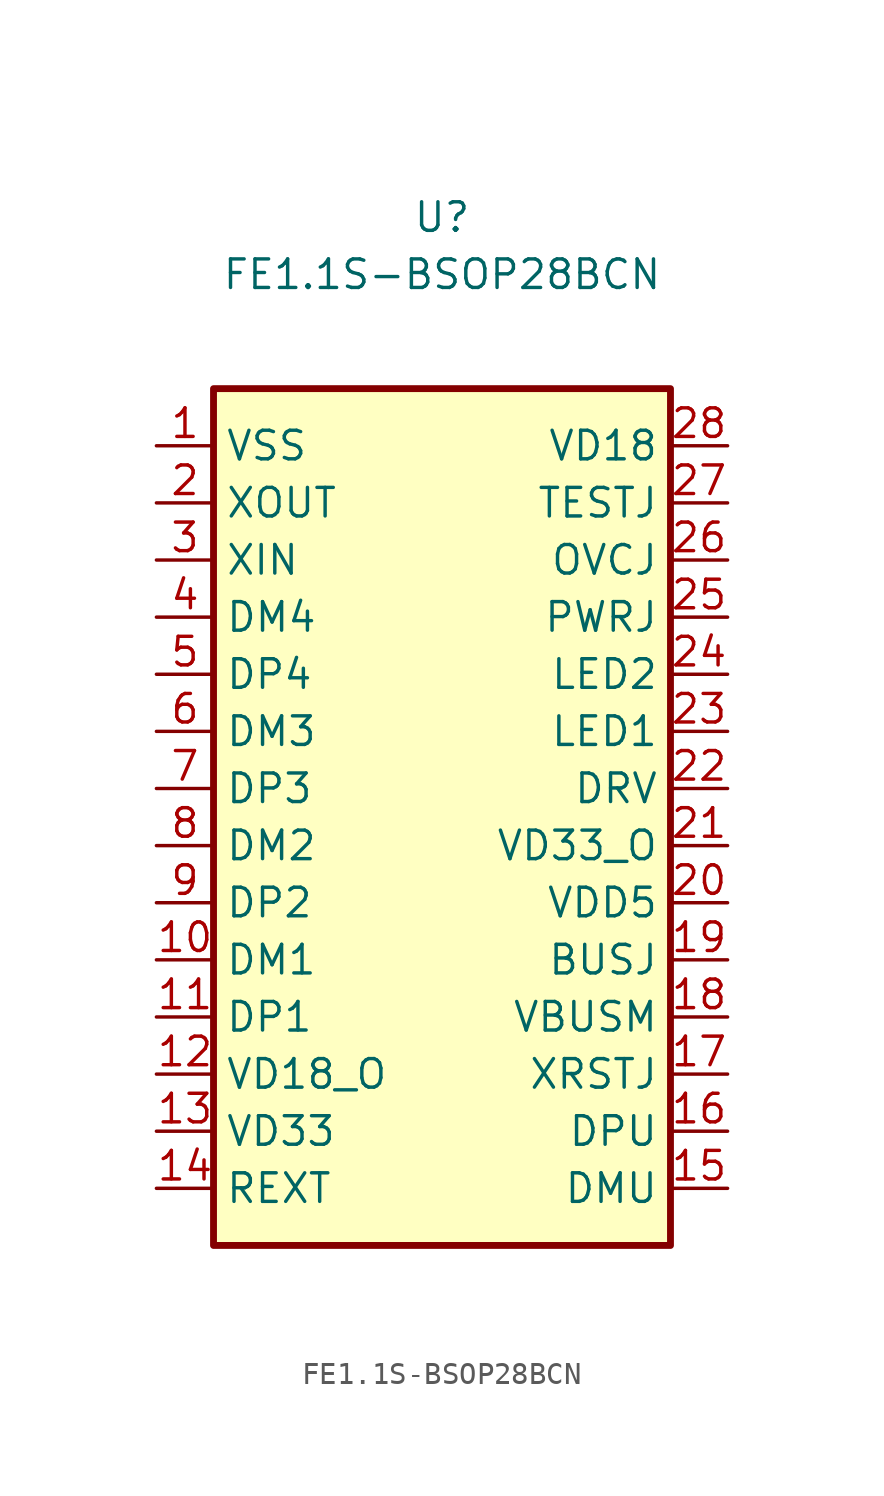
<source format=kicad_sym>
(kicad_symbol_lib
  (version 20211014)
  (generator kicad_symbol_editor)
  (symbol "FE1.1S-BSOP28BCN"
    (property "Reference" "U"
      (at 0 25.4 0)
      (effects (font (size 1.27 1.27))))
    (property "Value" "FE1.1S-BSOP28BCN"
      (at 0 22.86 0)
      (effects (font (size 1.27 1.27))))
    (symbol "FE1.1S-BSOP28BCN_0_1"
      (rectangle (start -10.16 17.78) (end 10.16 -20.32) (stroke (width 0.305) (type default) (color 0 0 0 0)) (fill (type background))))
    (symbol "FE1.1S-BSOP28BCN_1_1"
      (pin power_in line (at -12.7 15.24 0) (length 2.54) (name "VSS" (effects (font (size 1.27 1.27)))) (number "1" (effects (font (size 1.27 1.27)))))
      (pin bidirectional line (at -12.7 -7.62 0) (length 2.54) (name "DM1" (effects (font (size 1.27 1.27)))) (number "10" (effects (font (size 1.27 1.27)))))
      (pin bidirectional line (at -12.7 -10.16 0) (length 2.54) (name "DP1" (effects (font (size 1.27 1.27)))) (number "11" (effects (font (size 1.27 1.27)))))
      (pin power_out line (at -12.7 -12.7 0) (length 2.54) (name "VD18_O" (effects (font (size 1.27 1.27)))) (number "12" (effects (font (size 1.27 1.27)))))
      (pin power_in line (at -12.7 -15.24 0) (length 2.54) (name "VD33" (effects (font (size 1.27 1.27)))) (number "13" (effects (font (size 1.27 1.27)))))
      (pin input line (at -12.7 -17.78 0) (length 2.54) (name "REXT" (effects (font (size 1.27 1.27)))) (number "14" (effects (font (size 1.27 1.27)))))
      (pin bidirectional line (at 12.7 -17.78 180) (length 2.54) (name "DMU" (effects (font (size 1.27 1.27)))) (number "15" (effects (font (size 1.27 1.27)))))
      (pin bidirectional line (at 12.7 -15.24 180) (length 2.54) (name "DPU" (effects (font (size 1.27 1.27)))) (number "16" (effects (font (size 1.27 1.27)))))
      (pin input line (at 12.7 -12.7 180) (length 2.54) (name "XRSTJ" (effects (font (size 1.27 1.27)))) (number "17" (effects (font (size 1.27 1.27)))))
      (pin input line (at 12.7 -10.16 180) (length 2.54) (name "VBUSM" (effects (font (size 1.27 1.27)))) (number "18" (effects (font (size 1.27 1.27)))))
      (pin input line (at 12.7 -7.62 180) (length 2.54) (name "BUSJ" (effects (font (size 1.27 1.27)))) (number "19" (effects (font (size 1.27 1.27)))))
      (pin output line (at -12.7 12.7 0) (length 2.54) (name "XOUT" (effects (font (size 1.27 1.27)))) (number "2" (effects (font (size 1.27 1.27)))))
      (pin power_in line (at 12.7 -5.08 180) (length 2.54) (name "VDD5" (effects (font (size 1.27 1.27)))) (number "20" (effects (font (size 1.27 1.27)))))
      (pin power_out line (at 12.7 -2.54 180) (length 2.54) (name "VD33_O" (effects (font (size 1.27 1.27)))) (number "21" (effects (font (size 1.27 1.27)))))
      (pin bidirectional line (at 12.7 0 180) (length 2.54) (name "DRV" (effects (font (size 1.27 1.27)))) (number "22" (effects (font (size 1.27 1.27)))))
      (pin bidirectional line (at 12.7 2.54 180) (length 2.54) (name "LED1" (effects (font (size 1.27 1.27)))) (number "23" (effects (font (size 1.27 1.27)))))
      (pin bidirectional line (at 12.7 5.08 180) (length 2.54) (name "LED2" (effects (font (size 1.27 1.27)))) (number "24" (effects (font (size 1.27 1.27)))))
      (pin output line (at 12.7 7.62 180) (length 2.54) (name "PWRJ" (effects (font (size 1.27 1.27)))) (number "25" (effects (font (size 1.27 1.27)))))
      (pin input line (at 12.7 10.16 180) (length 2.54) (name "OVCJ" (effects (font (size 1.27 1.27)))) (number "26" (effects (font (size 1.27 1.27)))))
      (pin bidirectional line (at 12.7 12.7 180) (length 2.54) (name "TESTJ" (effects (font (size 1.27 1.27)))) (number "27" (effects (font (size 1.27 1.27)))))
      (pin power_in line (at 12.7 15.24 180) (length 2.54) (name "VD18" (effects (font (size 1.27 1.27)))) (number "28" (effects (font (size 1.27 1.27)))))
      (pin input line (at -12.7 10.16 0) (length 2.54) (name "XIN" (effects (font (size 1.27 1.27)))) (number "3" (effects (font (size 1.27 1.27)))))
      (pin bidirectional line (at -12.7 7.62 0) (length 2.54) (name "DM4" (effects (font (size 1.27 1.27)))) (number "4" (effects (font (size 1.27 1.27)))))
      (pin bidirectional line (at -12.7 5.08 0) (length 2.54) (name "DP4" (effects (font (size 1.27 1.27)))) (number "5" (effects (font (size 1.27 1.27)))))
      (pin bidirectional line (at -12.7 2.54 0) (length 2.54) (name "DM3" (effects (font (size 1.27 1.27)))) (number "6" (effects (font (size 1.27 1.27)))))
      (pin bidirectional line (at -12.7 0 0) (length 2.54) (name "DP3" (effects (font (size 1.27 1.27)))) (number "7" (effects (font (size 1.27 1.27)))))
      (pin bidirectional line (at -12.7 -2.54 0) (length 2.54) (name "DM2" (effects (font (size 1.27 1.27)))) (number "8" (effects (font (size 1.27 1.27)))))
      (pin bidirectional line (at -12.7 -5.08 0) (length 2.54) (name "DP2" (effects (font (size 1.27 1.27)))) (number "9" (effects (font (size 1.27 1.27))))))))
</source>
